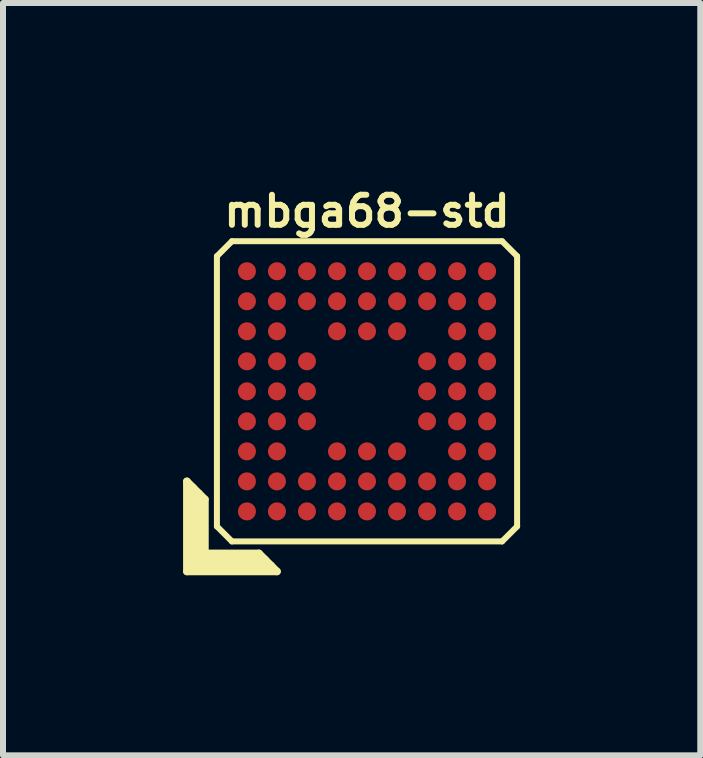
<source format=kicad_pcb>
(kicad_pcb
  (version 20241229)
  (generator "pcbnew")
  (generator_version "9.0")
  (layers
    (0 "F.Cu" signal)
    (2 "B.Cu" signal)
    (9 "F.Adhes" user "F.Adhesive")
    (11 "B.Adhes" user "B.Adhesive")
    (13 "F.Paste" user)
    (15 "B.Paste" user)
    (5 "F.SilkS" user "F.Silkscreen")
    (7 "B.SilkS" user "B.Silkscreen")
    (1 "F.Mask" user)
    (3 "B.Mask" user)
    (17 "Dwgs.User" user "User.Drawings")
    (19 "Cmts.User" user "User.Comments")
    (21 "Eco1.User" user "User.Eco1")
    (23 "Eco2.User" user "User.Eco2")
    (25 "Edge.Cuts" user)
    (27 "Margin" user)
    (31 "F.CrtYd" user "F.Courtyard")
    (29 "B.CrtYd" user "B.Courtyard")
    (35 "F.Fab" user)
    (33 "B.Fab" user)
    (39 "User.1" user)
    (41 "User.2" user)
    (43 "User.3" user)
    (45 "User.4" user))
  (footprint "mbga68-std"
    (layer "F.Cu")
    (at 3.063 3.468)
    (property "Reference" "mbga68-std" (at 0 -3 0) (layer "F.SilkS") (effects (font (size 0.5 0.5) (thickness 0.1))))
    (attr smd)
    (fp_line (start -3 1.5) (end -2.7 1.8) (stroke (width 0.127) (type solid)) (layer "F.SilkS"))
    (fp_line (start -3 3) (end -3 1.5) (stroke (width 0.127) (type solid)) (layer "F.SilkS"))
    (fp_line (start -2.9 1.6) (end -2.9 2.9) (stroke (width 0.127) (type solid)) (layer "F.SilkS"))
    (fp_line (start -2.9 2.9) (end -1.6 2.9) (stroke (width 0.127) (type solid)) (layer "F.SilkS"))
    (fp_line (start -2.8 2.8) (end -2.8 1.7) (stroke (width 0.127) (type solid)) (layer "F.SilkS"))
    (fp_line (start -2.7 1.8) (end -2.7 2.7) (stroke (width 0.127) (type solid)) (layer "F.SilkS"))
    (fp_line (start -2.7 2.7) (end -1.8 2.7) (stroke (width 0.127) (type solid)) (layer "F.SilkS"))
    (fp_line (start -2.5 -2.25) (end -2.25 -2.5) (stroke (width 0.1) (type solid)) (layer "F.SilkS"))
    (fp_line (start -2.5 2.25) (end -2.5 -2.25) (stroke (width 0.1) (type solid)) (layer "F.SilkS"))
    (fp_line (start -2.25 -2.5) (end 2.25 -2.5) (stroke (width 0.1) (type solid)) (layer "F.SilkS"))
    (fp_line (start -2.25 2.5) (end -2.5 2.25) (stroke (width 0.1) (type solid)) (layer "F.SilkS"))
    (fp_line (start -1.8 2.7) (end -1.5 3) (stroke (width 0.127) (type solid)) (layer "F.SilkS"))
    (fp_line (start -1.7 2.8) (end -2.8 2.8) (stroke (width 0.127) (type solid)) (layer "F.SilkS"))
    (fp_line (start -1.5 3) (end -3 3) (stroke (width 0.127) (type solid)) (layer "F.SilkS"))
    (fp_line (start 2.25 -2.5) (end 2.5 -2.25) (stroke (width 0.1) (type solid)) (layer "F.SilkS"))
    (fp_line (start 2.25 2.5) (end -2.25 2.5) (stroke (width 0.1) (type solid)) (layer "F.SilkS"))
    (fp_line (start 2.5 -2.25) (end 2.5 2.25) (stroke (width 0.1) (type solid)) (layer "F.SilkS"))
    (fp_line (start 2.5 2.25) (end 2.25 2.5) (stroke (width 0.1) (type solid)) (layer "F.SilkS"))
    (pad "A1" smd circle (at -2 2) (size 0.3 0.3) (layers "F.Cu" "F.Mask" "F.Paste"))
    (pad "A2" smd circle (at -2 1.5) (size 0.3 0.3) (layers "F.Cu" "F.Mask" "F.Paste"))
    (pad "A3" smd circle (at -2 1) (size 0.3 0.3) (layers "F.Cu" "F.Mask" "F.Paste"))
    (pad "A4" smd circle (at -2 0.5) (size 0.3 0.3) (layers "F.Cu" "F.Mask" "F.Paste"))
    (pad "A5" smd circle (at -2 0) (size 0.3 0.3) (layers "F.Cu" "F.Mask" "F.Paste"))
    (pad "A6" smd circle (at -2 -0.5) (size 0.3 0.3) (layers "F.Cu" "F.Mask" "F.Paste"))
    (pad "A7" smd circle (at -2 -1) (size 0.3 0.3) (layers "F.Cu" "F.Mask" "F.Paste"))
    (pad "A8" smd circle (at -2 -1.5) (size 0.3 0.3) (layers "F.Cu" "F.Mask" "F.Paste"))
    (pad "A9" smd circle (at -2 -2) (size 0.3 0.3) (layers "F.Cu" "F.Mask" "F.Paste"))
    (pad "B1" smd circle (at -1.5 2) (size 0.3 0.3) (layers "F.Cu" "F.Mask" "F.Paste"))
    (pad "B2" smd circle (at -1.5 1.5) (size 0.3 0.3) (layers "F.Cu" "F.Mask" "F.Paste"))
    (pad "B3" smd circle (at -1.5 1) (size 0.3 0.3) (layers "F.Cu" "F.Mask" "F.Paste"))
    (pad "B4" smd circle (at -1.5 0.5) (size 0.3 0.3) (layers "F.Cu" "F.Mask" "F.Paste"))
    (pad "B5" smd circle (at -1.5 0) (size 0.3 0.3) (layers "F.Cu" "F.Mask" "F.Paste"))
    (pad "B6" smd circle (at -1.5 -0.5) (size 0.3 0.3) (layers "F.Cu" "F.Mask" "F.Paste"))
    (pad "B7" smd circle (at -1.5 -1) (size 0.3 0.3) (layers "F.Cu" "F.Mask" "F.Paste"))
    (pad "B8" smd circle (at -1.5 -1.5) (size 0.3 0.3) (layers "F.Cu" "F.Mask" "F.Paste"))
    (pad "B9" smd circle (at -1.5 -2) (size 0.3 0.3) (layers "F.Cu" "F.Mask" "F.Paste"))
    (pad "C1" smd circle (at -1 2) (size 0.3 0.3) (layers "F.Cu" "F.Mask" "F.Paste"))
    (pad "C2" smd circle (at -1 1.5) (size 0.3 0.3) (layers "F.Cu" "F.Mask" "F.Paste"))
    (pad "C4" smd circle (at -1 0.5) (size 0.3 0.3) (layers "F.Cu" "F.Mask" "F.Paste"))
    (pad "C5" smd circle (at -1 0) (size 0.3 0.3) (layers "F.Cu" "F.Mask" "F.Paste"))
    (pad "C6" smd circle (at -1 -0.5) (size 0.3 0.3) (layers "F.Cu" "F.Mask" "F.Paste"))
    (pad "C8" smd circle (at -1 -1.5) (size 0.3 0.3) (layers "F.Cu" "F.Mask" "F.Paste"))
    (pad "C9" smd circle (at -1 -2) (size 0.3 0.3) (layers "F.Cu" "F.Mask" "F.Paste"))
    (pad "D1" smd circle (at -0.5 2) (size 0.3 0.3) (layers "F.Cu" "F.Mask" "F.Paste"))
    (pad "D2" smd circle (at -0.5 1.5) (size 0.3 0.3) (layers "F.Cu" "F.Mask" "F.Paste"))
    (pad "D3" smd circle (at -0.5 1) (size 0.3 0.3) (layers "F.Cu" "F.Mask" "F.Paste"))
    (pad "D7" smd circle (at -0.5 -1) (size 0.3 0.3) (layers "F.Cu" "F.Mask" "F.Paste"))
    (pad "D8" smd circle (at -0.5 -1.5) (size 0.3 0.3) (layers "F.Cu" "F.Mask" "F.Paste"))
    (pad "D9" smd circle (at -0.5 -2) (size 0.3 0.3) (layers "F.Cu" "F.Mask" "F.Paste"))
    (pad "E1" smd circle (at 0 2) (size 0.3 0.3) (layers "F.Cu" "F.Mask" "F.Paste"))
    (pad "E2" smd circle (at 0 1.5) (size 0.3 0.3) (layers "F.Cu" "F.Mask" "F.Paste"))
    (pad "E3" smd circle (at 0 1) (size 0.3 0.3) (layers "F.Cu" "F.Mask" "F.Paste"))
    (pad "E7" smd circle (at 0 -1) (size 0.3 0.3) (layers "F.Cu" "F.Mask" "F.Paste"))
    (pad "E8" smd circle (at 0 -1.5) (size 0.3 0.3) (layers "F.Cu" "F.Mask" "F.Paste"))
    (pad "E9" smd circle (at 0 -2) (size 0.3 0.3) (layers "F.Cu" "F.Mask" "F.Paste"))
    (pad "F1" smd circle (at 0.5 2) (size 0.3 0.3) (layers "F.Cu" "F.Mask" "F.Paste"))
    (pad "F2" smd circle (at 0.5 1.5) (size 0.3 0.3) (layers "F.Cu" "F.Mask" "F.Paste"))
    (pad "F3" smd circle (at 0.5 1) (size 0.3 0.3) (layers "F.Cu" "F.Mask" "F.Paste"))
    (pad "F7" smd circle (at 0.5 -1) (size 0.3 0.3) (layers "F.Cu" "F.Mask" "F.Paste"))
    (pad "F8" smd circle (at 0.5 -1.5) (size 0.3 0.3) (layers "F.Cu" "F.Mask" "F.Paste"))
    (pad "F9" smd circle (at 0.5 -2) (size 0.3 0.3) (layers "F.Cu" "F.Mask" "F.Paste"))
    (pad "G1" smd circle (at 1 2) (size 0.3 0.3) (layers "F.Cu" "F.Mask" "F.Paste"))
    (pad "G2" smd circle (at 1 1.5) (size 0.3 0.3) (layers "F.Cu" "F.Mask" "F.Paste"))
    (pad "G4" smd circle (at 1 0.5) (size 0.3 0.3) (layers "F.Cu" "F.Mask" "F.Paste"))
    (pad "G5" smd circle (at 1 0) (size 0.3 0.3) (layers "F.Cu" "F.Mask" "F.Paste"))
    (pad "G6" smd circle (at 1 -0.5) (size 0.3 0.3) (layers "F.Cu" "F.Mask" "F.Paste"))
    (pad "G8" smd circle (at 1 -1.5) (size 0.3 0.3) (layers "F.Cu" "F.Mask" "F.Paste"))
    (pad "G9" smd circle (at 1 -2) (size 0.3 0.3) (layers "F.Cu" "F.Mask" "F.Paste"))
    (pad "H1" smd circle (at 1.5 2) (size 0.3 0.3) (layers "F.Cu" "F.Mask" "F.Paste"))
    (pad "H2" smd circle (at 1.5 1.5) (size 0.3 0.3) (layers "F.Cu" "F.Mask" "F.Paste"))
    (pad "H3" smd circle (at 1.5 1) (size 0.3 0.3) (layers "F.Cu" "F.Mask" "F.Paste"))
    (pad "H4" smd circle (at 1.5 0.5) (size 0.3 0.3) (layers "F.Cu" "F.Mask" "F.Paste"))
    (pad "H5" smd circle (at 1.5 0) (size 0.3 0.3) (layers "F.Cu" "F.Mask" "F.Paste"))
    (pad "H6" smd circle (at 1.5 -0.5) (size 0.3 0.3) (layers "F.Cu" "F.Mask" "F.Paste"))
    (pad "H7" smd circle (at 1.5 -1) (size 0.3 0.3) (layers "F.Cu" "F.Mask" "F.Paste"))
    (pad "H8" smd circle (at 1.5 -1.5) (size 0.3 0.3) (layers "F.Cu" "F.Mask" "F.Paste"))
    (pad "H9" smd circle (at 1.5 -2) (size 0.3 0.3) (layers "F.Cu" "F.Mask" "F.Paste"))
    (pad "J1" smd circle (at 2 2) (size 0.3 0.3) (layers "F.Cu" "F.Mask" "F.Paste"))
    (pad "J2" smd circle (at 2 1.5) (size 0.3 0.3) (layers "F.Cu" "F.Mask" "F.Paste"))
    (pad "J3" smd circle (at 2 1) (size 0.3 0.3) (layers "F.Cu" "F.Mask" "F.Paste"))
    (pad "J4" smd circle (at 2 0.5) (size 0.3 0.3) (layers "F.Cu" "F.Mask" "F.Paste"))
    (pad "J5" smd circle (at 2 0) (size 0.3 0.3) (layers "F.Cu" "F.Mask" "F.Paste"))
    (pad "J6" smd circle (at 2 -0.5) (size 0.3 0.3) (layers "F.Cu" "F.Mask" "F.Paste"))
    (pad "J7" smd circle (at 2 -1) (size 0.3 0.3) (layers "F.Cu" "F.Mask" "F.Paste"))
    (pad "J8" smd circle (at 2 -1.5) (size 0.3 0.3) (layers "F.Cu" "F.Mask" "F.Paste"))
    (pad "J9" smd circle (at 2 -2) (size 0.3 0.3) (layers "F.Cu" "F.Mask" "F.Paste")))
  (gr_rect
    (start -3 -3)
    (end 8.614 9.531)
    (stroke (width 0.1) (type default))
    (fill no)
    (layer "Edge.Cuts")))
</source>
